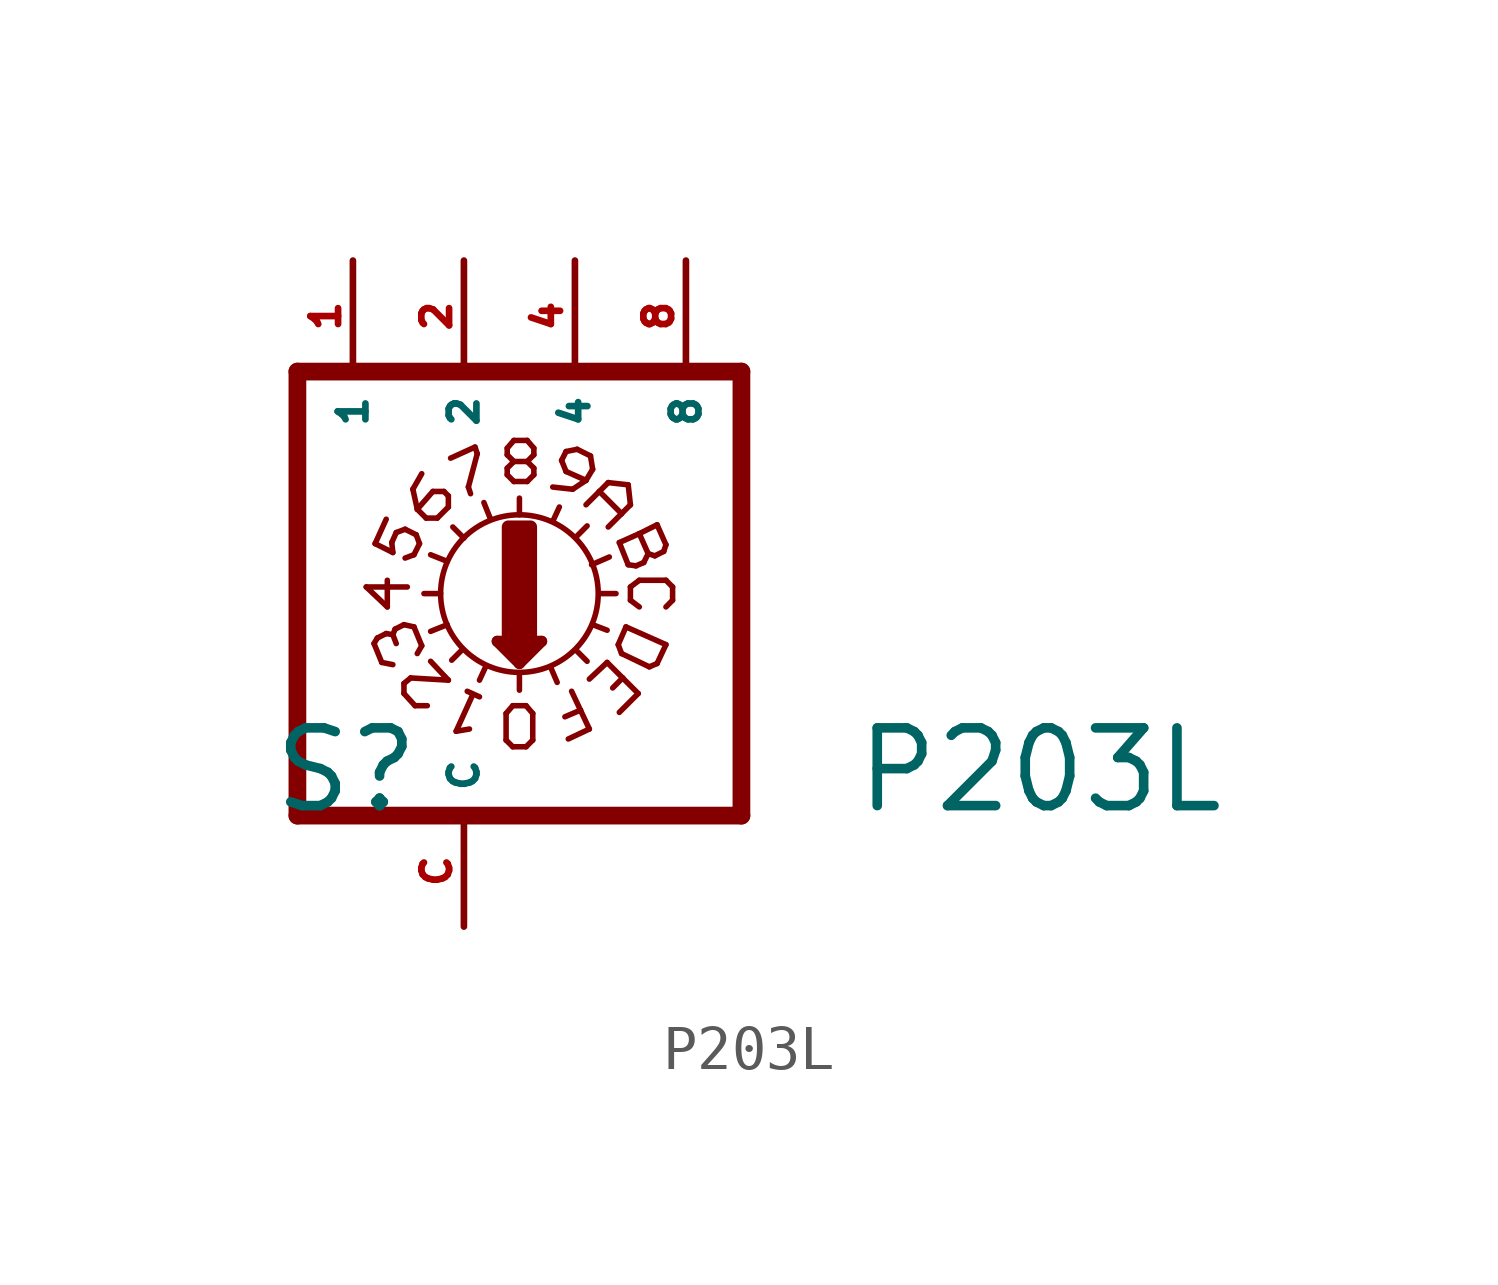
<source format=kicad_sym>
(kicad_symbol_lib
  (version 20220914)
  (generator Eagle2Kicad)
  (symbol "P203L"
    (property "Reference" "S"
      (at -4.445 -5.08 0)
      (effects (font (size 1.778 1.778) (thickness 0.22)) (justify left bottom)))
    (property "Value" "P203L"
      (at 8.89 -5.08 0)
      (effects (font (size 1.778 1.778) (thickness 0.22)) (justify left bottom)))
    (polyline
      (pts (xy 6.35 -5.08) (xy 6.35 5.08))
      (stroke (width 0.406) (type default))
      (fill (type none)))
    (polyline
      (pts (xy 3.099 0) (xy 3.48 0))
      (stroke (width 0.127) (type default))
      (fill (type none)))
    (polyline
      (pts (xy 1.27 1.803) (xy 1.27 2.184))
      (stroke (width 0.127) (type default))
      (fill (type none)))
    (polyline
      (pts (xy -0.914 0) (xy -0.533 0))
      (stroke (width 0.127) (type default))
      (fill (type none)))
    (polyline
      (pts (xy 2.565 -1.295) (xy 2.819 -1.549))
      (stroke (width 0.127) (type default))
      (fill (type none)))
    (polyline
      (pts (xy 0 1.27) (xy -0.254 1.524))
      (stroke (width 0.127) (type default))
      (fill (type none)))
    (polyline
      (pts (xy 2.565 1.295) (xy 2.819 1.549))
      (stroke (width 0.127) (type default))
      (fill (type none)))
    (polyline
      (pts (xy -0.025 -1.27) (xy -0.279 -1.524))
      (stroke (width 0.127) (type default))
      (fill (type none)))
    (polyline
      (pts (xy 2.032 1.651) (xy 2.184 1.981))
      (stroke (width 0.127) (type default))
      (fill (type none)))
    (polyline
      (pts (xy 2.921 0.66) (xy 3.327 0.838))
      (stroke (width 0.127) (type default))
      (fill (type none)))
    (polyline
      (pts (xy 2.946 -0.711) (xy 3.277 -0.838))
      (stroke (width 0.127) (type default))
      (fill (type none)))
    (polyline
      (pts (xy 1.981 -1.676) (xy 2.134 -2.032))
      (stroke (width 0.127) (type default))
      (fill (type none)))
    (polyline
      (pts (xy 0.508 -1.651) (xy 0.356 -1.981))
      (stroke (width 0.127) (type default))
      (fill (type none)))
    (polyline
      (pts (xy -0.381 -0.711) (xy -0.762 -0.864))
      (stroke (width 0.127) (type default))
      (fill (type none)))
    (polyline
      (pts (xy -0.381 0.737) (xy -0.762 0.889))
      (stroke (width 0.127) (type default))
      (fill (type none)))
    (polyline
      (pts (xy 0.61 1.702) (xy 0.457 2.083))
      (stroke (width 0.127) (type default))
      (fill (type none)))
    (polyline
      (pts (xy 0.762 -1.092) (xy 1.27 -1.6))
      (stroke (width 0.254) (type default))
      (fill (type none)))
    (polyline
      (pts (xy 1.27 -1.6) (xy 1.778 -1.092))
      (stroke (width 0.254) (type default))
      (fill (type none)))
    (polyline
      (pts (xy 1.778 -1.092) (xy 0.762 -1.092))
      (stroke (width 0.254) (type default))
      (fill (type none)))
    (polyline
      (pts (xy 1.27 -1.829) (xy 1.27 -2.21))
      (stroke (width 0.127) (type default))
      (fill (type none)))
    (polyline
      (pts (xy 1.016 -1.219) (xy 1.524 -1.219))
      (stroke (width 0.254) (type default))
      (fill (type none)))
    (polyline
      (pts (xy 1.27 -1.473) (xy 1.27 -1.346))
      (stroke (width 0.254) (type default))
      (fill (type none)))
    (polyline
      (pts (xy -3.81 -5.08) (xy -3.81 5.08))
      (stroke (width 0.406) (type default))
      (fill (type none)))
    (polyline
      (pts (xy -2.032 1.143) (xy -1.778 1.702))
      (stroke (width 0.127) (type default))
      (fill (type none)))
    (polyline
      (pts (xy -2.032 1.143) (xy -1.626 0.94))
      (stroke (width 0.127) (type default))
      (fill (type none)))
    (polyline
      (pts (xy -1.626 0.94) (xy -1.651 1.168))
      (stroke (width 0.127) (type default))
      (fill (type none)))
    (polyline
      (pts (xy -1.651 1.168) (xy -1.549 1.397))
      (stroke (width 0.127) (type default))
      (fill (type none)))
    (polyline
      (pts (xy -1.092 1.346) (xy -1.016 1.143))
      (stroke (width 0.127) (type default))
      (fill (type none)))
    (polyline
      (pts (xy -1.016 1.143) (xy -1.143 0.889))
      (stroke (width 0.127) (type default))
      (fill (type none)))
    (polyline
      (pts (xy -1.143 0.889) (xy -1.346 0.813))
      (stroke (width 0.127) (type default))
      (fill (type none)))
    (polyline
      (pts (xy -1.549 1.397) (xy -1.346 1.473))
      (stroke (width 0.127) (type default))
      (fill (type none)))
    (polyline
      (pts (xy -1.346 1.473) (xy -1.092 1.346))
      (stroke (width 0.127) (type default))
      (fill (type none)))
    (polyline
      (pts (xy -0.61 1.727) (xy -0.356 1.981))
      (stroke (width 0.127) (type default))
      (fill (type none)))
    (polyline
      (pts (xy -0.356 1.981) (xy -0.356 2.235))
      (stroke (width 0.127) (type default))
      (fill (type none)))
    (polyline
      (pts (xy -0.356 2.235) (xy -0.457 2.337))
      (stroke (width 0.127) (type default))
      (fill (type none)))
    (polyline
      (pts (xy -0.457 2.337) (xy -0.711 2.337))
      (stroke (width 0.127) (type default))
      (fill (type none)))
    (polyline
      (pts (xy -0.711 2.337) (xy -1.067 1.93))
      (stroke (width 0.127) (type default))
      (fill (type none)))
    (polyline
      (pts (xy -0.61 1.727) (xy -0.864 1.727))
      (stroke (width 0.127) (type default))
      (fill (type none)))
    (polyline
      (pts (xy -0.864 1.727) (xy -1.067 1.93))
      (stroke (width 0.127) (type default))
      (fill (type none)))
    (polyline
      (pts (xy -1.067 1.93) (xy -1.168 2.388))
      (stroke (width 0.127) (type default))
      (fill (type none)))
    (polyline
      (pts (xy -1.168 2.388) (xy -0.965 2.743))
      (stroke (width 0.127) (type default))
      (fill (type none)))
    (polyline
      (pts (xy -0.305 3.099) (xy 0.254 3.353))
      (stroke (width 0.127) (type default))
      (fill (type none)))
    (polyline
      (pts (xy 0.102 2.438) (xy 0.152 2.286))
      (stroke (width 0.127) (type default))
      (fill (type none)))
    (polyline
      (pts (xy 0.254 3.353) (xy 0.305 3.2))
      (stroke (width 0.127) (type default))
      (fill (type none)))
    (polyline
      (pts (xy 0.305 3.2) (xy 0.102 2.438))
      (stroke (width 0.127) (type default))
      (fill (type none)))
    (polyline
      (pts (xy 2.896 3.15) (xy 2.591 3.302))
      (stroke (width 0.127) (type default))
      (fill (type none)))
    (polyline
      (pts (xy 2.591 3.302) (xy 2.337 3.251))
      (stroke (width 0.127) (type default))
      (fill (type none)))
    (polyline
      (pts (xy 2.337 3.251) (xy 2.235 3.048))
      (stroke (width 0.127) (type default))
      (fill (type none)))
    (polyline
      (pts (xy 2.235 3.048) (xy 2.337 2.794))
      (stroke (width 0.127) (type default))
      (fill (type none)))
    (polyline
      (pts (xy 2.337 2.794) (xy 2.794 2.591))
      (stroke (width 0.127) (type default))
      (fill (type none)))
    (polyline
      (pts (xy 2.896 3.15) (xy 2.946 2.845))
      (stroke (width 0.127) (type default))
      (fill (type none)))
    (polyline
      (pts (xy 2.946 2.845) (xy 2.794 2.591))
      (stroke (width 0.127) (type default))
      (fill (type none)))
    (polyline
      (pts (xy 2.794 2.591) (xy 2.489 2.388))
      (stroke (width 0.127) (type default))
      (fill (type none)))
    (polyline
      (pts (xy 2.489 2.388) (xy 2.032 2.438))
      (stroke (width 0.127) (type default))
      (fill (type none)))
    (polyline
      (pts (xy 2.794 2.032) (xy 3.099 2.337))
      (stroke (width 0.127) (type default))
      (fill (type none)))
    (polyline
      (pts (xy 3.302 2.54) (xy 3.759 2.489))
      (stroke (width 0.127) (type default))
      (fill (type none)))
    (polyline
      (pts (xy 3.759 2.489) (xy 3.81 2.032))
      (stroke (width 0.127) (type default))
      (fill (type none)))
    (polyline
      (pts (xy 3.81 2.032) (xy 3.607 1.829))
      (stroke (width 0.127) (type default))
      (fill (type none)))
    (polyline
      (pts (xy 3.099 2.337) (xy 3.607 1.829))
      (stroke (width 0.127) (type default))
      (fill (type none)))
    (polyline
      (pts (xy 3.099 2.337) (xy 3.302 2.54))
      (stroke (width 0.127) (type default))
      (fill (type none)))
    (polyline
      (pts (xy 3.607 1.829) (xy 3.302 1.524))
      (stroke (width 0.127) (type default))
      (fill (type none)))
    (polyline
      (pts (xy 3.556 1.168) (xy 4.013 1.372))
      (stroke (width 0.127) (type default))
      (fill (type none)))
    (polyline
      (pts (xy 4.42 1.575) (xy 4.623 1.118))
      (stroke (width 0.127) (type default))
      (fill (type none)))
    (polyline
      (pts (xy 4.623 1.118) (xy 4.572 0.965))
      (stroke (width 0.127) (type default))
      (fill (type none)))
    (polyline
      (pts (xy 4.572 0.965) (xy 4.369 0.864))
      (stroke (width 0.127) (type default))
      (fill (type none)))
    (polyline
      (pts (xy 4.369 0.864) (xy 4.216 0.914))
      (stroke (width 0.127) (type default))
      (fill (type none)))
    (polyline
      (pts (xy 4.216 0.914) (xy 4.013 1.372))
      (stroke (width 0.127) (type default))
      (fill (type none)))
    (polyline
      (pts (xy 4.216 0.914) (xy 4.115 0.711))
      (stroke (width 0.127) (type default))
      (fill (type none)))
    (polyline
      (pts (xy 4.115 0.711) (xy 3.937 0.635))
      (stroke (width 0.127) (type default))
      (fill (type none)))
    (polyline
      (pts (xy 3.937 0.635) (xy 3.759 0.66))
      (stroke (width 0.127) (type default))
      (fill (type none)))
    (polyline
      (pts (xy 3.759 0.66) (xy 3.556 1.168))
      (stroke (width 0.127) (type default))
      (fill (type none)))
    (polyline
      (pts (xy 4.013 1.372) (xy 4.42 1.575))
      (stroke (width 0.127) (type default))
      (fill (type none)))
    (polyline
      (pts (xy 4.013 0.305) (xy 4.623 0.305))
      (stroke (width 0.127) (type default))
      (fill (type none)))
    (polyline
      (pts (xy 4.623 0.305) (xy 4.775 0.152))
      (stroke (width 0.127) (type default))
      (fill (type none)))
    (polyline
      (pts (xy 4.775 0.152) (xy 4.775 -0.152))
      (stroke (width 0.127) (type default))
      (fill (type none)))
    (polyline
      (pts (xy 4.775 -0.152) (xy 4.623 -0.305))
      (stroke (width 0.127) (type default))
      (fill (type none)))
    (polyline
      (pts (xy 4.013 0.305) (xy 3.81 0.152))
      (stroke (width 0.127) (type default))
      (fill (type none)))
    (polyline
      (pts (xy 3.81 0.152) (xy 3.81 -0.152))
      (stroke (width 0.127) (type default))
      (fill (type none)))
    (polyline
      (pts (xy 3.81 -0.152) (xy 4.013 -0.305))
      (stroke (width 0.127) (type default))
      (fill (type none)))
    (polyline
      (pts (xy 3.708 -0.762) (xy 3.531 -1.168))
      (stroke (width 0.127) (type default))
      (fill (type none)))
    (polyline
      (pts (xy 3.531 -1.168) (xy 3.607 -1.372))
      (stroke (width 0.127) (type default))
      (fill (type none)))
    (polyline
      (pts (xy 3.607 -1.372) (xy 4.242 -1.676))
      (stroke (width 0.127) (type default))
      (fill (type none)))
    (polyline
      (pts (xy 4.242 -1.676) (xy 4.42 -1.6))
      (stroke (width 0.127) (type default))
      (fill (type none)))
    (polyline
      (pts (xy 4.42 -1.6) (xy 4.623 -1.168))
      (stroke (width 0.127) (type default))
      (fill (type none)))
    (polyline
      (pts (xy 4.623 -1.168) (xy 3.708 -0.762))
      (stroke (width 0.127) (type default))
      (fill (type none)))
    (polyline
      (pts (xy 3.277 -1.575) (xy 2.87 -1.956))
      (stroke (width 0.127) (type default))
      (fill (type none)))
    (polyline
      (pts (xy 3.277 -1.575) (xy 3.632 -1.93))
      (stroke (width 0.127) (type default))
      (fill (type none)))
    (polyline
      (pts (xy 3.988 -2.286) (xy 3.556 -2.718))
      (stroke (width 0.127) (type default))
      (fill (type none)))
    (polyline
      (pts (xy 3.632 -1.93) (xy 3.404 -2.159))
      (stroke (width 0.127) (type default))
      (fill (type none)))
    (polyline
      (pts (xy 3.632 -1.93) (xy 3.988 -2.286))
      (stroke (width 0.127) (type default))
      (fill (type none)))
    (polyline
      (pts (xy 2.388 -3.327) (xy 2.87 -3.099))
      (stroke (width 0.127) (type default))
      (fill (type none)))
    (polyline
      (pts (xy 2.87 -3.099) (xy 2.667 -2.667))
      (stroke (width 0.127) (type default))
      (fill (type none)))
    (polyline
      (pts (xy 2.667 -2.667) (xy 2.311 -2.819))
      (stroke (width 0.127) (type default))
      (fill (type none)))
    (polyline
      (pts (xy 2.667 -2.667) (xy 2.464 -2.235))
      (stroke (width 0.127) (type default))
      (fill (type none)))
    (polyline
      (pts (xy 0.076 -2.235) (xy 0.356 -2.362))
      (stroke (width 0.127) (type default))
      (fill (type none)))
    (polyline
      (pts (xy 0.203 -2.311) (xy -0.178 -3.15))
      (stroke (width 0.127) (type default))
      (fill (type none)))
    (polyline
      (pts (xy -0.178 -3.15) (xy 0.127 -3.099))
      (stroke (width 0.127) (type default))
      (fill (type none)))
    (polyline
      (pts (xy -0.762 -1.549) (xy -0.356 -1.981))
      (stroke (width 0.127) (type default))
      (fill (type none)))
    (polyline
      (pts (xy -1.372 -2.286) (xy -1.118 -2.565))
      (stroke (width 0.127) (type default))
      (fill (type none)))
    (polyline
      (pts (xy -1.118 -2.565) (xy -0.838 -2.565))
      (stroke (width 0.127) (type default))
      (fill (type none)))
    (polyline
      (pts (xy -1.372 -2.286) (xy -1.372 -2.057))
      (stroke (width 0.127) (type default))
      (fill (type none)))
    (polyline
      (pts (xy -1.372 -2.057) (xy -1.219 -1.93))
      (stroke (width 0.127) (type default))
      (fill (type none)))
    (polyline
      (pts (xy -1.219 -1.93) (xy -0.356 -1.981))
      (stroke (width 0.127) (type default))
      (fill (type none)))
    (polyline
      (pts (xy -1.143 -0.762) (xy -0.965 -1.194))
      (stroke (width 0.127) (type default))
      (fill (type none)))
    (polyline
      (pts (xy -2.057 -1.143) (xy -1.88 -1.575))
      (stroke (width 0.127) (type default))
      (fill (type none)))
    (polyline
      (pts (xy -1.626 -1.626) (xy -1.88 -1.575))
      (stroke (width 0.127) (type default))
      (fill (type none)))
    (polyline
      (pts (xy -1.067 -1.372) (xy -0.965 -1.194))
      (stroke (width 0.127) (type default))
      (fill (type none)))
    (polyline
      (pts (xy -1.143 -0.762) (xy -1.372 -0.711))
      (stroke (width 0.127) (type default))
      (fill (type none)))
    (polyline
      (pts (xy -1.372 -0.711) (xy -1.575 -0.813))
      (stroke (width 0.127) (type default))
      (fill (type none)))
    (polyline
      (pts (xy -1.575 -0.813) (xy -1.626 -0.94))
      (stroke (width 0.127) (type default))
      (fill (type none)))
    (polyline
      (pts (xy -1.626 -0.94) (xy -1.549 -1.143))
      (stroke (width 0.127) (type default))
      (fill (type none)))
    (polyline
      (pts (xy -1.626 -0.94) (xy -1.778 -0.914))
      (stroke (width 0.127) (type default))
      (fill (type none)))
    (polyline
      (pts (xy -1.778 -0.914) (xy -1.981 -1.016))
      (stroke (width 0.127) (type default))
      (fill (type none)))
    (polyline
      (pts (xy -1.981 -1.016) (xy -2.057 -1.143))
      (stroke (width 0.127) (type default))
      (fill (type none)))
    (polyline
      (pts (xy -1.295 0.152) (xy -2.235 0.152))
      (stroke (width 0.127) (type default))
      (fill (type none)))
    (polyline
      (pts (xy -2.235 0.152) (xy -1.753 -0.305))
      (stroke (width 0.127) (type default))
      (fill (type none)))
    (polyline
      (pts (xy -1.753 -0.305) (xy -1.753 0.305))
      (stroke (width 0.127) (type default))
      (fill (type none)))
    (polyline
      (pts (xy 1.118 -3.505) (xy 1.422 -3.505))
      (stroke (width 0.127) (type default))
      (fill (type none)))
    (polyline
      (pts (xy 1.422 -3.505) (xy 1.575 -3.353))
      (stroke (width 0.127) (type default))
      (fill (type none)))
    (polyline
      (pts (xy 1.575 -3.353) (xy 1.575 -2.743))
      (stroke (width 0.127) (type default))
      (fill (type none)))
    (polyline
      (pts (xy 1.575 -2.743) (xy 1.422 -2.565))
      (stroke (width 0.127) (type default))
      (fill (type none)))
    (polyline
      (pts (xy 1.422 -2.565) (xy 1.118 -2.565))
      (stroke (width 0.127) (type default))
      (fill (type none)))
    (polyline
      (pts (xy 1.118 -2.565) (xy 0.965 -2.743))
      (stroke (width 0.127) (type default))
      (fill (type none)))
    (polyline
      (pts (xy 0.965 -2.743) (xy 0.965 -3.353))
      (stroke (width 0.127) (type default))
      (fill (type none)))
    (polyline
      (pts (xy 0.965 -3.353) (xy 1.118 -3.505))
      (stroke (width 0.127) (type default))
      (fill (type none)))
    (polyline
      (pts (xy 1.143 2.565) (xy 1.448 2.565))
      (stroke (width 0.127) (type default))
      (fill (type none)))
    (polyline
      (pts (xy 1.448 2.565) (xy 1.6 2.718))
      (stroke (width 0.127) (type default))
      (fill (type none)))
    (polyline
      (pts (xy 1.6 2.718) (xy 1.6 2.87))
      (stroke (width 0.127) (type default))
      (fill (type none)))
    (polyline
      (pts (xy 1.6 2.87) (xy 1.448 3.023))
      (stroke (width 0.127) (type default))
      (fill (type none)))
    (polyline
      (pts (xy 1.448 3.023) (xy 1.6 3.175))
      (stroke (width 0.127) (type default))
      (fill (type none)))
    (polyline
      (pts (xy 1.6 3.175) (xy 1.6 3.327))
      (stroke (width 0.127) (type default))
      (fill (type none)))
    (polyline
      (pts (xy 1.6 3.327) (xy 1.448 3.505))
      (stroke (width 0.127) (type default))
      (fill (type none)))
    (polyline
      (pts (xy 1.448 3.505) (xy 1.143 3.505))
      (stroke (width 0.127) (type default))
      (fill (type none)))
    (polyline
      (pts (xy 1.143 3.505) (xy 0.991 3.327))
      (stroke (width 0.127) (type default))
      (fill (type none)))
    (polyline
      (pts (xy 0.991 3.327) (xy 0.991 3.175))
      (stroke (width 0.127) (type default))
      (fill (type none)))
    (polyline
      (pts (xy 0.991 3.175) (xy 1.143 3.023))
      (stroke (width 0.127) (type default))
      (fill (type none)))
    (polyline
      (pts (xy 1.143 3.023) (xy 0.991 2.87))
      (stroke (width 0.127) (type default))
      (fill (type none)))
    (polyline
      (pts (xy 0.991 2.87) (xy 0.991 2.718))
      (stroke (width 0.127) (type default))
      (fill (type none)))
    (polyline
      (pts (xy 0.991 2.718) (xy 1.143 2.565))
      (stroke (width 0.127) (type default))
      (fill (type none)))
    (polyline
      (pts (xy 1.143 3.023) (xy 1.448 3.023))
      (stroke (width 0.127) (type default))
      (fill (type none)))
    (polyline
      (pts (xy 6.35 5.08) (xy -3.81 5.08))
      (stroke (width 0.406) (type default))
      (fill (type none)))
    (polyline
      (pts (xy -3.81 -5.08) (xy 6.35 -5.08))
      (stroke (width 0.406) (type default))
      (fill (type none)))
    (circle
      (center 1.27 0)
      (radius 1.803)
      (stroke (width 0.127) (type default))
      (fill (type none)))
    (rectangle
      (start 1.016 -1.016)
      (end 1.524 1.524)
      (stroke (width 0.3) (type default))
      (fill (type outline)))
    (pin passive line
      (at 5.08 7.62 270)
      (length 2.54)
      (name "8" (effects (font (size 0.635 0.635) (thickness 0.08)) (justify left bottom)))
      (number "8" (effects (font (size 0.635 0.635) (thickness 0.08)) (justify left bottom))))
    (pin passive line
      (at 2.54 7.62 270)
      (length 2.54)
      (name "4" (effects (font (size 0.635 0.635) (thickness 0.08)) (justify left bottom)))
      (number "4" (effects (font (size 0.635 0.635) (thickness 0.08)) (justify left bottom))))
    (pin passive line
      (at 0 7.62 270)
      (length 2.54)
      (name "2" (effects (font (size 0.635 0.635) (thickness 0.08)) (justify left bottom)))
      (number "2" (effects (font (size 0.635 0.635) (thickness 0.08)) (justify left bottom))))
    (pin passive line
      (at -2.54 7.62 270)
      (length 2.54)
      (name "1" (effects (font (size 0.635 0.635) (thickness 0.08)) (justify left bottom)))
      (number "1" (effects (font (size 0.635 0.635) (thickness 0.08)) (justify left bottom))))
    (pin passive line
      (at 0 -7.62 90)
      (length 2.54)
      (name "C" (effects (font (size 0.635 0.635) (thickness 0.08)) (justify left bottom)))
      (number "C" (effects (font (size 0.635 0.635) (thickness 0.08)) (justify left bottom))))))
</source>
